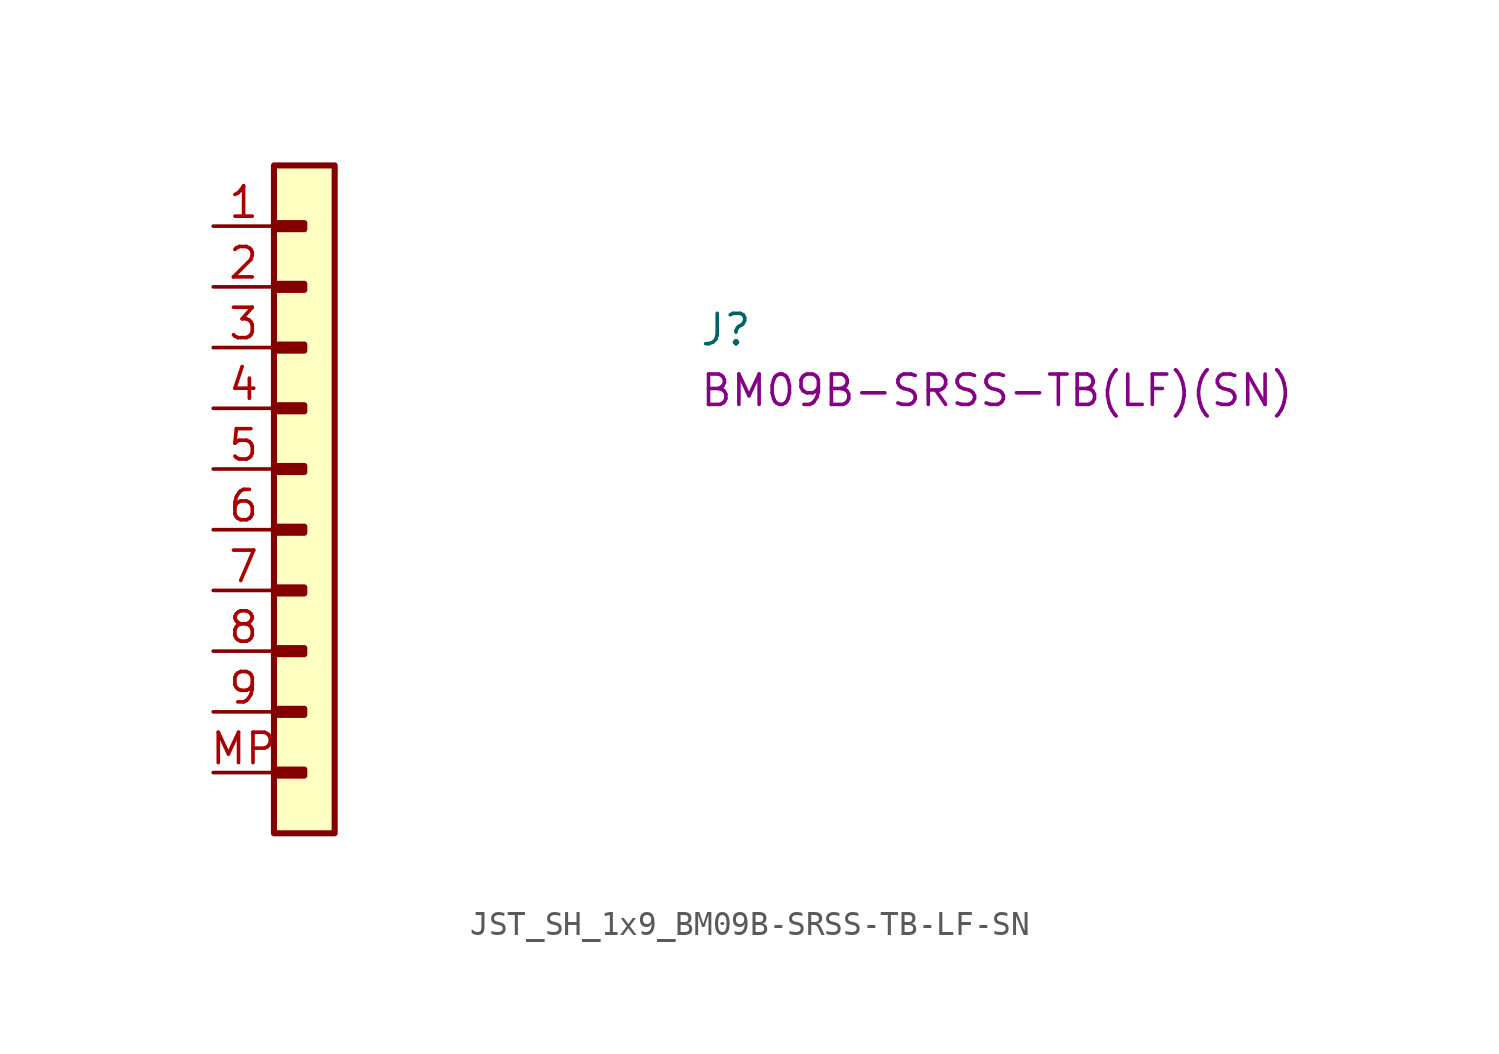
<source format=kicad_sym>
(kicad_symbol_lib
  (version 20220914)
  (generator kicad_symbol_editor)
  (symbol "JST_SH_1x9_BM09B-SRSS-TB-LF-SN"
    (property "Reference" "J"
      (at 20.32 -5.08 0)
      (effects (font (size 1.27 1.27) (thickness 0.15)) (justify left bottom)))
    (property "MPN" "BM09B-SRSS-TB(LF)(SN)"
      (at 20.32 -7.62 0)
      (effects (font (size 1.27 1.27) (thickness 0.15)) (justify left bottom)))
    (symbol "JST_SH_1x9_BM09B-SRSS-TB-LF-SN_1_1"
      (rectangle (start 2.54 -22.733) (end 3.81 -22.987) (stroke (width 0.254) (type default)) (fill (type background)))
      (rectangle (start 2.54 -20.193) (end 3.81 -20.447) (stroke (width 0.254) (type default)) (fill (type background)))
      (rectangle (start 2.54 -17.653) (end 3.81 -17.907) (stroke (width 0.254) (type default)) (fill (type background)))
      (rectangle (start 2.54 -15.113) (end 3.81 -15.367) (stroke (width 0.254) (type default)) (fill (type background)))
      (rectangle (start 2.54 -12.573) (end 3.81 -12.827) (stroke (width 0.254) (type default)) (fill (type background)))
      (rectangle (start 2.54 -10.033) (end 3.81 -10.287) (stroke (width 0.254) (type default)) (fill (type background)))
      (rectangle (start 2.54 -7.493) (end 3.81 -7.747) (stroke (width 0.254) (type default)) (fill (type background)))
      (rectangle (start 2.54 -4.953) (end 3.81 -5.207) (stroke (width 0.254) (type default)) (fill (type background)))
      (rectangle (start 2.54 -2.413) (end 3.81 -2.667) (stroke (width 0.254) (type default)) (fill (type background)))
      (rectangle (start 2.54 0.127) (end 3.81 -0.127) (stroke (width 0.254) (type default)) (fill (type background)))
      (rectangle (start 2.54 2.54) (end 5.08 -25.4) (stroke (width 0.254) (type default)) (fill (type background)))
      (pin passive line (at 0 0 0) (length 2.54) (name "~" (effects (font (size 1.27 1.27)))) (number "1" (effects (font (size 1.27 1.27)))))
      (pin passive line (at 0 -2.54 0) (length 2.54) (name "~" (effects (font (size 1.27 1.27)))) (number "2" (effects (font (size 1.27 1.27)))))
      (pin passive line (at 0 -5.08 0) (length 2.54) (name "~" (effects (font (size 1.27 1.27)))) (number "3" (effects (font (size 1.27 1.27)))))
      (pin passive line (at 0 -7.62 0) (length 2.54) (name "~" (effects (font (size 1.27 1.27)))) (number "4" (effects (font (size 1.27 1.27)))))
      (pin passive line (at 0 -10.16 0) (length 2.54) (name "~" (effects (font (size 1.27 1.27)))) (number "5" (effects (font (size 1.27 1.27)))))
      (pin passive line (at 0 -12.7 0) (length 2.54) (name "~" (effects (font (size 1.27 1.27)))) (number "6" (effects (font (size 1.27 1.27)))))
      (pin passive line (at 0 -15.24 0) (length 2.54) (name "~" (effects (font (size 1.27 1.27)))) (number "7" (effects (font (size 1.27 1.27)))))
      (pin passive line (at 0 -17.78 0) (length 2.54) (name "~" (effects (font (size 1.27 1.27)))) (number "8" (effects (font (size 1.27 1.27)))))
      (pin passive line (at 0 -20.32 0) (length 2.54) (name "~" (effects (font (size 1.27 1.27)))) (number "9" (effects (font (size 1.27 1.27)))))
      (pin passive line (at 0 -22.86 0) (length 2.54) (name "~" (effects (font (size 1.27 1.27)))) (number "MP" (effects (font (size 1.27 1.27))))))))
</source>
